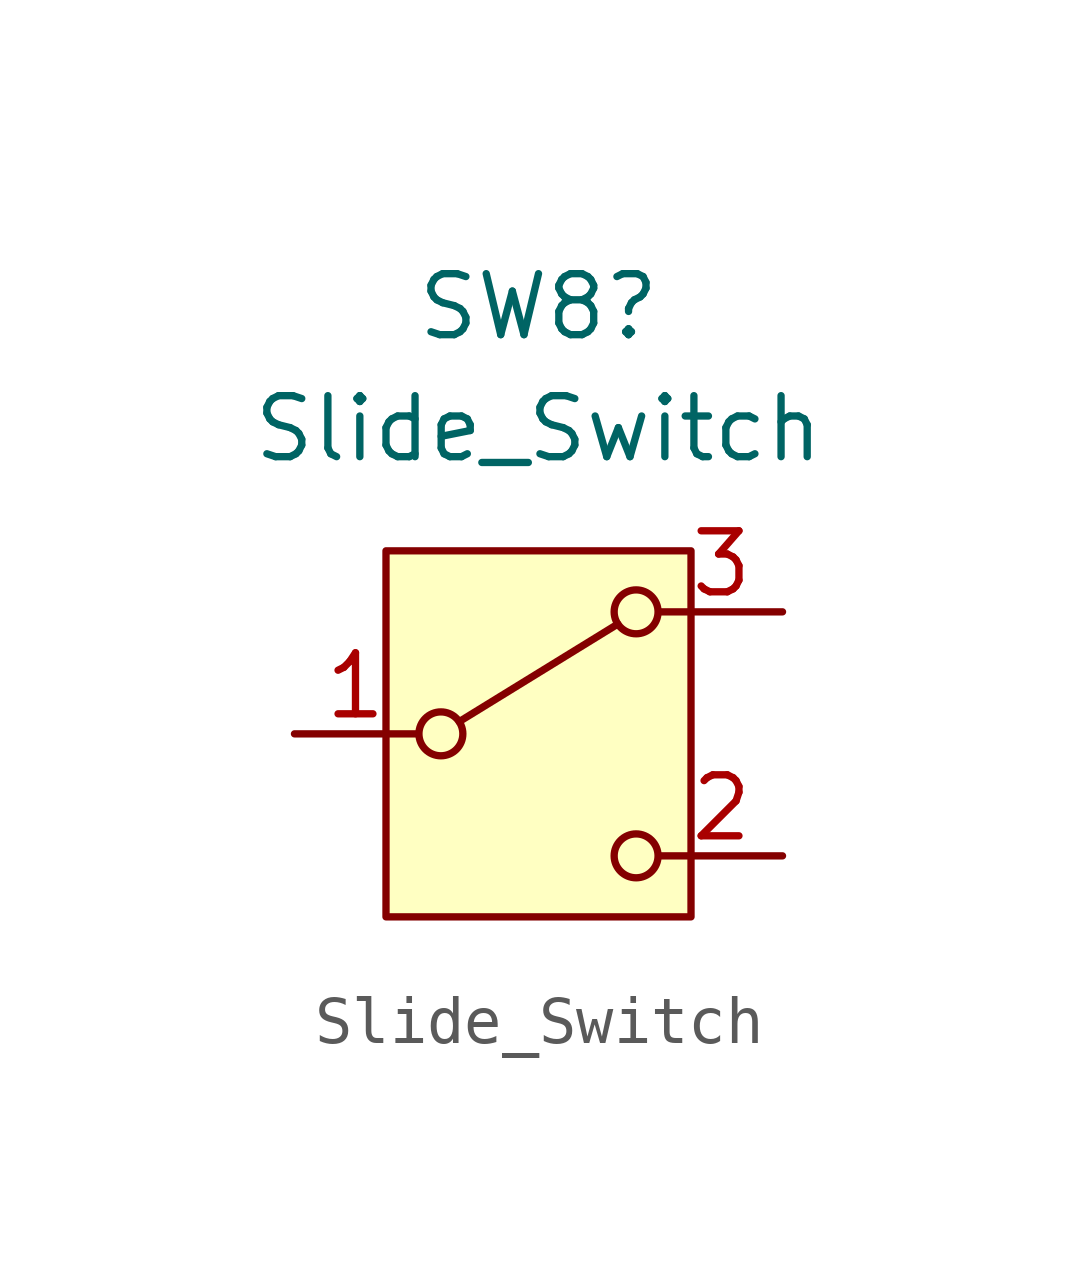
<source format=kicad_sym>
(kicad_symbol_lib
  (version 20241209)
  (generator "kicad_symbol_editor")
  (generator_version "9.0")
  (symbol "Slide_Switch"
    (pin_names
      (offset 0)
      (hide yes))
    (property "Reference" "SW8"
      (at 0 8.89 0)
      (effects (font (size 1.27 1.27))))
    (property "Value" "Slide_Switch"
      (at 0 6.35 0)
      (effects (font (size 1.27 1.27))))
    (symbol "Slide_Switch_0_1"
      (circle (center -2.032 0) (radius 0.457) (stroke (width 0) (type default)) (fill (type none)))
      (polyline (pts (xy -1.651 0.254) (xy 1.651 2.286)) (stroke (width 0) (type default)) (fill (type none)))
      (circle (center 2.032 2.54) (radius 0.457) (stroke (width 0) (type default)) (fill (type none)))
      (circle (center 2.032 -2.54) (radius 0.457) (stroke (width 0) (type default)) (fill (type none))))
    (symbol "Slide_Switch_1_1"
      (rectangle (start -3.175 3.81) (end 3.175 -3.81) (stroke (width 0) (type default)) (fill (type background)))
      (pin passive line (at -5.08 0 0) (length 2.54) (name "B" (effects (font (size 1.27 1.27)))) (number "1" (effects (font (size 1.27 1.27)))))
      (pin passive line (at 5.08 2.54 180) (length 2.54) (name "A" (effects (font (size 1.27 1.27)))) (number "3" (effects (font (size 1.27 1.27)))))
      (pin passive line (at 5.08 -2.54 180) (length 2.54) (name "C" (effects (font (size 1.27 1.27)))) (number "2" (effects (font (size 1.27 1.27))))))))
</source>
